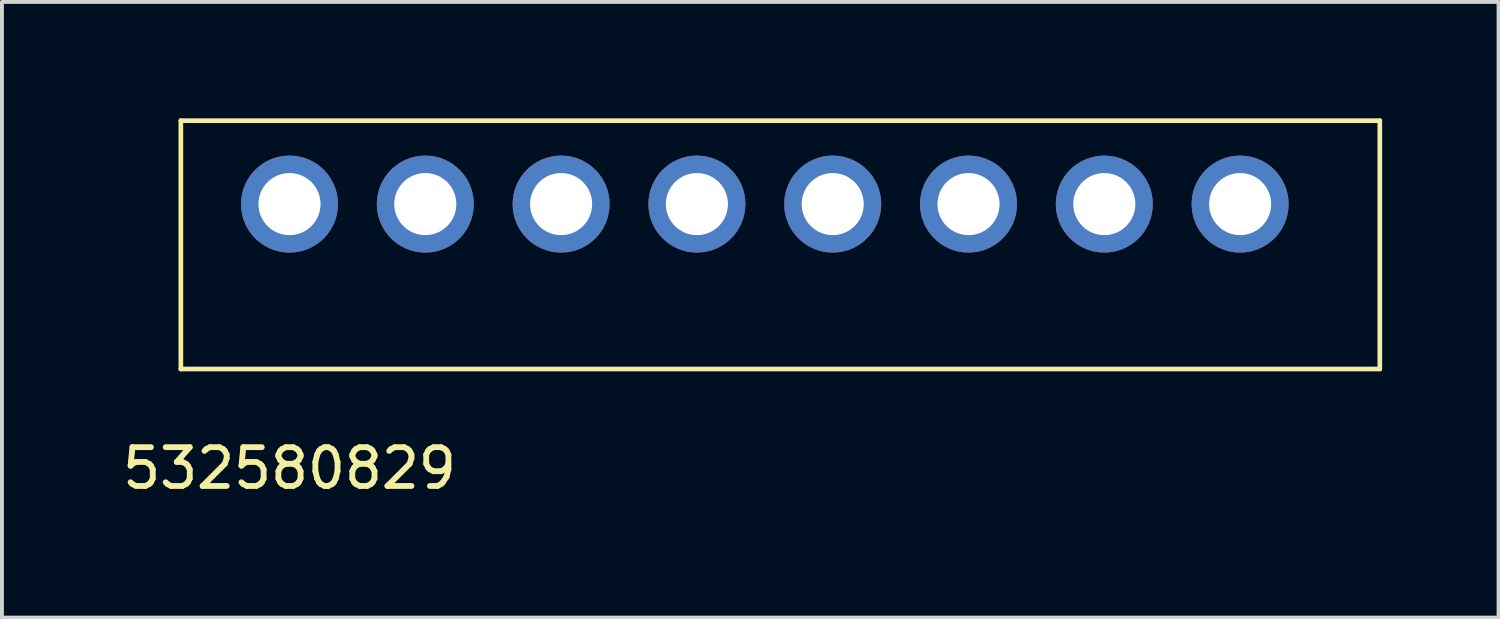
<source format=kicad_pcb>
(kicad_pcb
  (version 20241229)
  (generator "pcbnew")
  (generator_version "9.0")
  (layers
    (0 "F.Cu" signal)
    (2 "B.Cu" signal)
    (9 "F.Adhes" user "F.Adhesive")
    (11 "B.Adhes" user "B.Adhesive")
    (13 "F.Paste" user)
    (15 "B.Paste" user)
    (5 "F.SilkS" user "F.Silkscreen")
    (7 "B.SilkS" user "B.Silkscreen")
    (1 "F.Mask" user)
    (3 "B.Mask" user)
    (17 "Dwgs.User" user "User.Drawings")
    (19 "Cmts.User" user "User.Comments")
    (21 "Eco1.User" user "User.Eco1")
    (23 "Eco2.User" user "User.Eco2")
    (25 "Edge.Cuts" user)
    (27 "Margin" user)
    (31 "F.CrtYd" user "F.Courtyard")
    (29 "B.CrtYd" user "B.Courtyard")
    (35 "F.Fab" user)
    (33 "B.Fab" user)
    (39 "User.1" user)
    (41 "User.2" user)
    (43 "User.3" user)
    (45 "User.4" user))
  (footprint "532580829"
    (layer "F.Cu")
    (at 4.411 5.21)
    (property "Reference" "532580829" (at 0 3.81 0) (layer "F.SilkS") (effects (font (size 1 1) (thickness 0.15))))
    (attr through_hole)
    (fp_line (start -2.8 -5.15) (end -2.8 1.25) (stroke (width 0.12) (type solid)) (layer "F.SilkS"))
    (fp_line (start 28.1 -5.15) (end -2.8 -5.15) (stroke (width 0.12) (type solid)) (layer "F.SilkS"))
    (fp_line (start 28.1 -5.15) (end 28.1 1.25) (stroke (width 0.12) (type solid)) (layer "F.SilkS"))
    (fp_line (start 28.1 1.25) (end -2.8 1.25) (stroke (width 0.12) (type solid)) (layer "F.SilkS"))
    (pad "1" thru_hole circle (at 0 -3) (size 2.5 2.5) (drill 1.6) (layers "*.Cu" "*.Mask"))
    (pad "2" thru_hole circle (at 3.5 -3) (size 2.5 2.5) (drill 1.6) (layers "*.Cu" "*.Mask"))
    (pad "3" thru_hole circle (at 7 -3) (size 2.5 2.5) (drill 1.6) (layers "*.Cu" "*.Mask"))
    (pad "4" thru_hole circle (at 10.5 -3) (size 2.5 2.5) (drill 1.6) (layers "*.Cu" "*.Mask"))
    (pad "5" thru_hole circle (at 14 -3) (size 2.5 2.5) (drill 1.6) (layers "*.Cu" "*.Mask"))
    (pad "6" thru_hole circle (at 17.5 -3) (size 2.5 2.5) (drill 1.6) (layers "*.Cu" "*.Mask"))
    (pad "7" thru_hole circle (at 21 -3) (size 2.5 2.5) (drill 1.6) (layers "*.Cu" "*.Mask"))
    (pad "8" thru_hole circle (at 24.5 -3) (size 2.5 2.5) (drill 1.6) (layers "*.Cu" "*.Mask")))
  (gr_rect
    (start -3 -3)
    (end 35.571 12.868)
    (stroke (width 0.1) (type default))
    (fill no)
    (layer "Edge.Cuts")))
</source>
